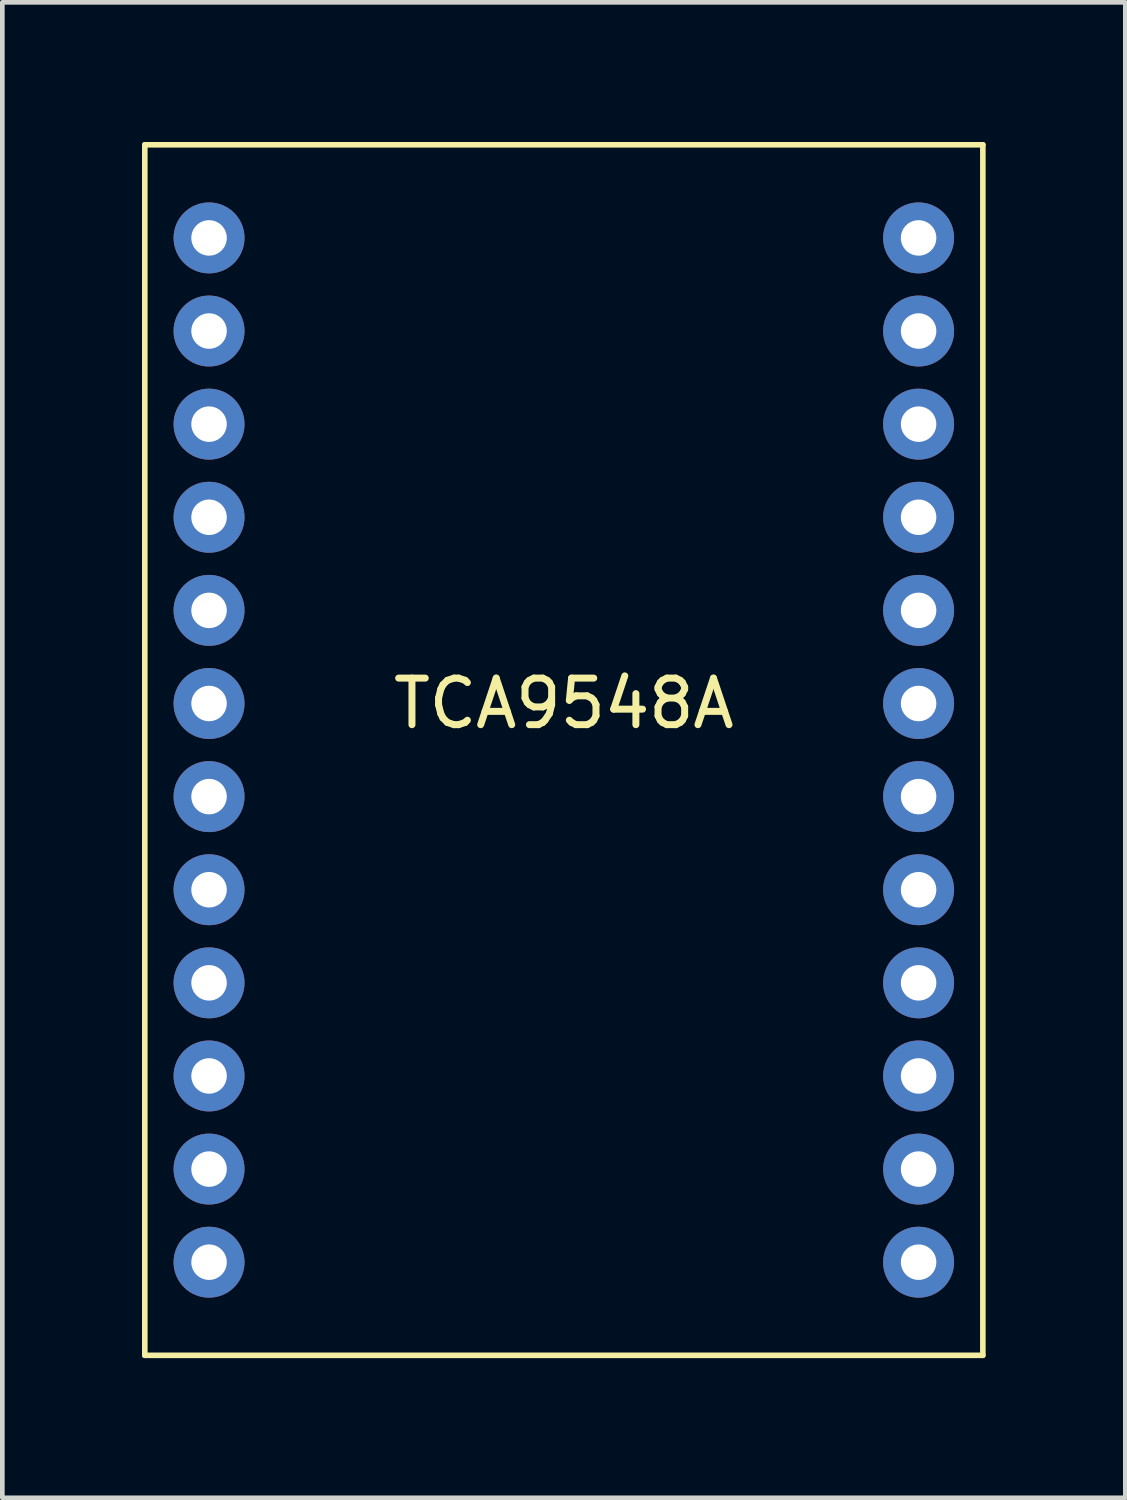
<source format=kicad_pcb>
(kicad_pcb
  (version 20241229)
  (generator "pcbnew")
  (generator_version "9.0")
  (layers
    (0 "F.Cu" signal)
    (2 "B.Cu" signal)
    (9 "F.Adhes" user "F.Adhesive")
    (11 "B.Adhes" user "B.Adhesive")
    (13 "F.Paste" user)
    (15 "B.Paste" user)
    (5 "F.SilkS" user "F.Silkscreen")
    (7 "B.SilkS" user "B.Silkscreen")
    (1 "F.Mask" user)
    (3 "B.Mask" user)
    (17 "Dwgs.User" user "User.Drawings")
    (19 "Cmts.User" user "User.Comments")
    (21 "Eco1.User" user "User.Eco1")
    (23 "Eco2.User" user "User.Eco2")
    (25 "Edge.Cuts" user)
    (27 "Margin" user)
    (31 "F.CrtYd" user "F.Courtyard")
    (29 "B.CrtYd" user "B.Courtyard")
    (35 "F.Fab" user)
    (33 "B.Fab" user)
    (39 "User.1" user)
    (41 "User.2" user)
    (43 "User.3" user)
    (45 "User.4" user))
  (footprint "TCA9548A"
    (layer "F.Cu")
    (at 9.06 8.06)
    (property "Reference" "TCA9548A" (at 0 4 0) (layer "F.SilkS") (effects (font (size 1 1) (thickness 0.15))))
    (attr through_hole)
    (fp_line (start -9 -8) (end 9 -8) (stroke (width 0.12) (type solid)) (layer "F.SilkS"))
    (fp_line (start -9 18) (end -9 -8) (stroke (width 0.12) (type solid)) (layer "F.SilkS"))
    (fp_line (start 9 -8) (end 9 18) (stroke (width 0.12) (type solid)) (layer "F.SilkS"))
    (fp_line (start 9 18) (end -9 18) (stroke (width 0.12) (type solid)) (layer "F.SilkS"))
    (pad "1" thru_hole circle (at -7.62 -6) (size 1.524 1.524) (drill 0.762) (layers "*.Cu" "*.Mask"))
    (pad "2" thru_hole circle (at -7.62 -4) (size 1.524 1.524) (drill 0.762) (layers "*.Cu" "*.Mask"))
    (pad "3" thru_hole circle (at -7.62 -2) (size 1.524 1.524) (drill 0.762) (layers "*.Cu" "*.Mask"))
    (pad "4" thru_hole circle (at -7.62 0) (size 1.524 1.524) (drill 0.762) (layers "*.Cu" "*.Mask"))
    (pad "5" thru_hole circle (at -7.62 2) (size 1.524 1.524) (drill 0.762) (layers "*.Cu" "*.Mask"))
    (pad "6" thru_hole circle (at -7.62 4) (size 1.524 1.524) (drill 0.762) (layers "*.Cu" "*.Mask"))
    (pad "7" thru_hole circle (at -7.62 6) (size 1.524 1.524) (drill 0.762) (layers "*.Cu" "*.Mask"))
    (pad "8" thru_hole circle (at -7.62 8) (size 1.524 1.524) (drill 0.762) (layers "*.Cu" "*.Mask"))
    (pad "9" thru_hole circle (at -7.62 10) (size 1.524 1.524) (drill 0.762) (layers "*.Cu" "*.Mask"))
    (pad "10" thru_hole circle (at -7.62 12) (size 1.524 1.524) (drill 0.762) (layers "*.Cu" "*.Mask"))
    (pad "11" thru_hole circle (at -7.62 14) (size 1.524 1.524) (drill 0.762) (layers "*.Cu" "*.Mask"))
    (pad "12" thru_hole circle (at -7.62 16) (size 1.524 1.524) (drill 0.762) (layers "*.Cu" "*.Mask"))
    (pad "13" thru_hole circle (at 7.62 16) (size 1.524 1.524) (drill 0.762) (layers "*.Cu" "*.Mask"))
    (pad "14" thru_hole circle (at 7.62 14) (size 1.524 1.524) (drill 0.762) (layers "*.Cu" "*.Mask"))
    (pad "15" thru_hole circle (at 7.62 12) (size 1.524 1.524) (drill 0.762) (layers "*.Cu" "*.Mask"))
    (pad "16" thru_hole circle (at 7.62 10) (size 1.524 1.524) (drill 0.762) (layers "*.Cu" "*.Mask"))
    (pad "17" thru_hole circle (at 7.62 8) (size 1.524 1.524) (drill 0.762) (layers "*.Cu" "*.Mask"))
    (pad "18" thru_hole circle (at 7.62 6) (size 1.524 1.524) (drill 0.762) (layers "*.Cu" "*.Mask"))
    (pad "19" thru_hole circle (at 7.62 4) (size 1.524 1.524) (drill 0.762) (layers "*.Cu" "*.Mask"))
    (pad "20" thru_hole circle (at 7.62 2) (size 1.524 1.524) (drill 0.762) (layers "*.Cu" "*.Mask"))
    (pad "21" thru_hole circle (at 7.62 0) (size 1.524 1.524) (drill 0.762) (layers "*.Cu" "*.Mask"))
    (pad "22" thru_hole circle (at 7.62 -2) (size 1.524 1.524) (drill 0.762) (layers "*.Cu" "*.Mask"))
    (pad "23" thru_hole circle (at 7.62 -4) (size 1.524 1.524) (drill 0.762) (layers "*.Cu" "*.Mask"))
    (pad "24" thru_hole circle (at 7.62 -6) (size 1.524 1.524) (drill 0.762) (layers "*.Cu" "*.Mask")))
  (gr_rect
    (start -3 -3)
    (end 21.12 29.12)
    (stroke (width 0.1) (type default))
    (fill no)
    (layer "Edge.Cuts")))
</source>
